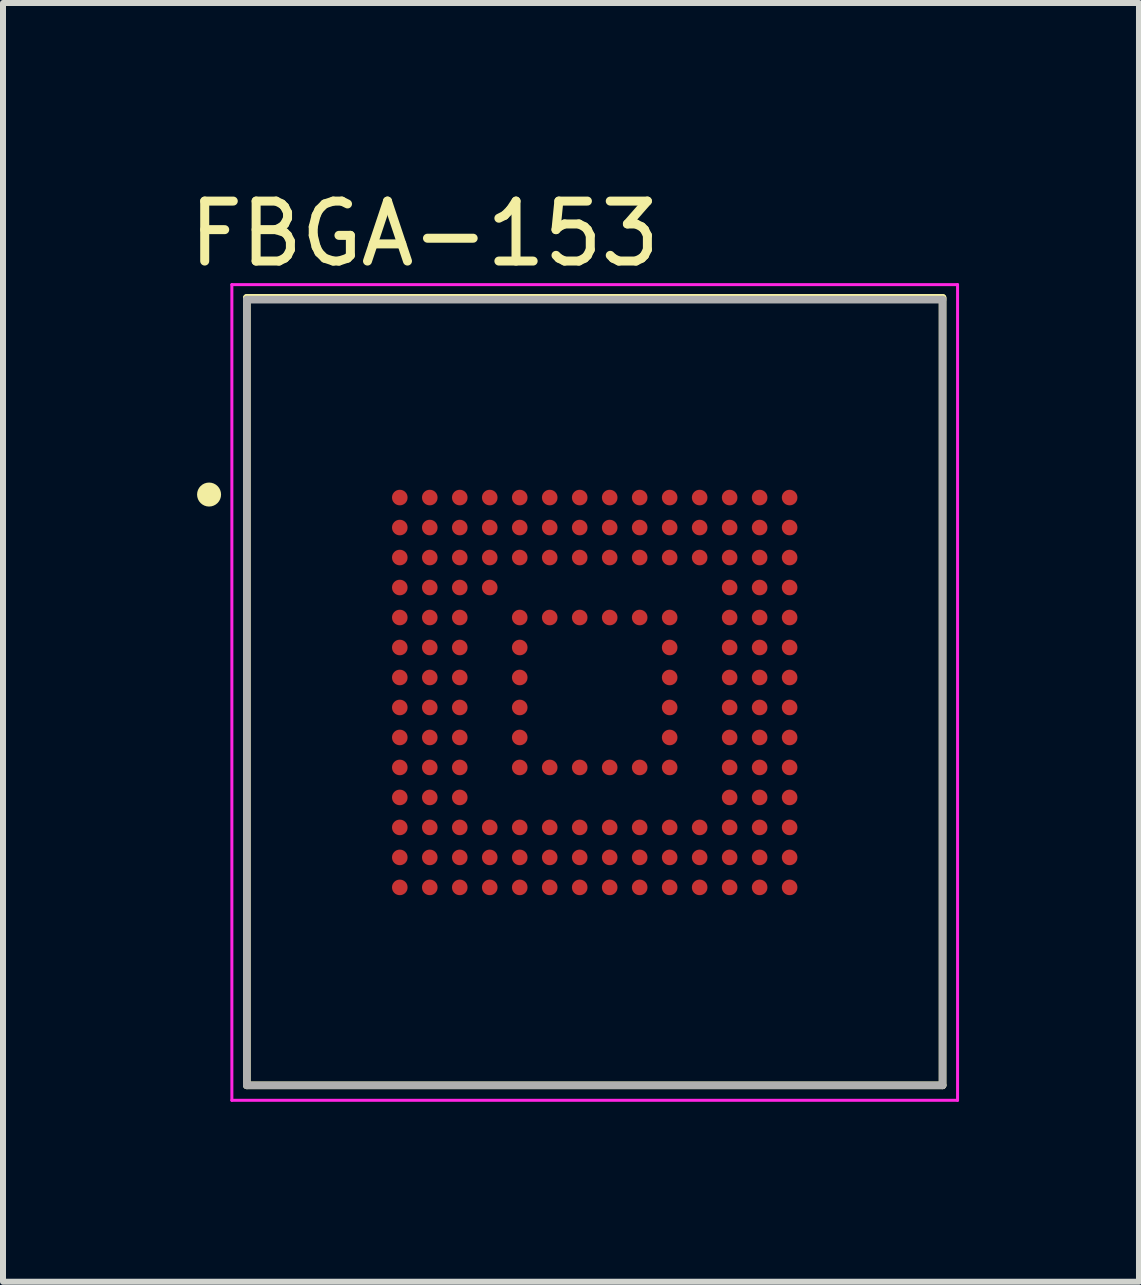
<source format=kicad_pcb>
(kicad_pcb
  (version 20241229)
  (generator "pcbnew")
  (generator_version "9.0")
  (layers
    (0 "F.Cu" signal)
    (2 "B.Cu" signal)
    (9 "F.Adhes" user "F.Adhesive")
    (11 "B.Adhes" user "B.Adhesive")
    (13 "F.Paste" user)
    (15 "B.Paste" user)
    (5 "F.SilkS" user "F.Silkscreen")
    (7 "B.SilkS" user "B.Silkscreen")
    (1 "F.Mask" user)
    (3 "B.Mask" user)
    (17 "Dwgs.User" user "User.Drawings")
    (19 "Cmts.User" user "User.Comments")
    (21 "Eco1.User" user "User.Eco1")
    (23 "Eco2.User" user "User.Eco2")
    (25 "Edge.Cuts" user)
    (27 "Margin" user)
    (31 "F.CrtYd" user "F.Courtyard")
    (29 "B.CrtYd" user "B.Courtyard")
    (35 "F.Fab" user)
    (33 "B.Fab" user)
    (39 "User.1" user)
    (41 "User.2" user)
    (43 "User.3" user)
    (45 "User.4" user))
  (footprint "FBGA-153"
    (layer "F.Cu")
    (at 6.866 8.496)
    (property "Reference" "FBGA-153" (at -2.836 -7.648 0) (layer "F.SilkS") (effects (font (size 1 1) (thickness 0.15))))
    (attr smd)
    (fp_line (start -5.8 6.55) (end -5.8 -6.58) (stroke (width 0.127) (type solid)) (layer "F.SilkS"))
    (fp_line (start 5.8 -6.58) (end -5.8 -6.58) (stroke (width 0.127) (type solid)) (layer "F.SilkS"))
    (fp_line (start 5.8 6.55) (end -5.8 6.55) (stroke (width 0.127) (type solid)) (layer "F.SilkS"))
    (fp_line (start 5.8 6.55) (end 5.8 -6.58) (stroke (width 0.127) (type solid)) (layer "F.SilkS"))
    (fp_circle (center -6.43 -3.3) (end -6.33 -3.3) (stroke (width 0.2) (type solid)) (fill no) (layer "F.SilkS"))
    (fp_line (start -6.05 -6.8) (end 6.05 -6.8) (stroke (width 0.05) (type solid)) (layer "F.CrtYd"))
    (fp_line (start -6.05 6.8) (end -6.05 -6.8) (stroke (width 0.05) (type solid)) (layer "F.CrtYd"))
    (fp_line (start -6.05 6.8) (end 6.05 6.8) (stroke (width 0.05) (type solid)) (layer "F.CrtYd"))
    (fp_line (start 6.05 6.8) (end 6.05 -6.8) (stroke (width 0.05) (type solid)) (layer "F.CrtYd"))
    (fp_line (start -5.8 6.55) (end -5.8 -6.55) (stroke (width 0.127) (type solid)) (layer "F.Fab"))
    (fp_line (start 5.8 -6.55) (end -5.8 -6.55) (stroke (width 0.127) (type solid)) (layer "F.Fab"))
    (fp_line (start 5.8 6.55) (end -5.8 6.55) (stroke (width 0.127) (type solid)) (layer "F.Fab"))
    (fp_line (start 5.8 6.55) (end 5.8 -6.55) (stroke (width 0.127) (type solid)) (layer "F.Fab"))
    (pad "A1" smd circle (at -3.25 -3.25) (size 0.26 0.26) (layers "F.Cu" "F.Mask" "F.Paste"))
    (pad "A2" smd circle (at -2.75 -3.25) (size 0.26 0.26) (layers "F.Cu" "F.Mask" "F.Paste"))
    (pad "A3" smd circle (at -2.25 -3.25) (size 0.26 0.26) (layers "F.Cu" "F.Mask" "F.Paste"))
    (pad "A4" smd circle (at -1.75 -3.25) (size 0.26 0.26) (layers "F.Cu" "F.Mask" "F.Paste"))
    (pad "A5" smd circle (at -1.25 -3.25) (size 0.26 0.26) (layers "F.Cu" "F.Mask" "F.Paste"))
    (pad "A6" smd circle (at -0.75 -3.25) (size 0.26 0.26) (layers "F.Cu" "F.Mask" "F.Paste"))
    (pad "A7" smd circle (at -0.25 -3.25) (size 0.26 0.26) (layers "F.Cu" "F.Mask" "F.Paste"))
    (pad "A8" smd circle (at 0.25 -3.25) (size 0.26 0.26) (layers "F.Cu" "F.Mask" "F.Paste"))
    (pad "A9" smd circle (at 0.75 -3.25) (size 0.26 0.26) (layers "F.Cu" "F.Mask" "F.Paste"))
    (pad "A10" smd circle (at 1.25 -3.25) (size 0.26 0.26) (layers "F.Cu" "F.Mask" "F.Paste"))
    (pad "A11" smd circle (at 1.75 -3.25) (size 0.26 0.26) (layers "F.Cu" "F.Mask" "F.Paste"))
    (pad "A12" smd circle (at 2.25 -3.25) (size 0.26 0.26) (layers "F.Cu" "F.Mask" "F.Paste"))
    (pad "A13" smd circle (at 2.75 -3.25) (size 0.26 0.26) (layers "F.Cu" "F.Mask" "F.Paste"))
    (pad "A14" smd circle (at 3.25 -3.25) (size 0.26 0.26) (layers "F.Cu" "F.Mask" "F.Paste"))
    (pad "B1" smd circle (at -3.25 -2.75) (size 0.26 0.26) (layers "F.Cu" "F.Mask" "F.Paste"))
    (pad "B2" smd circle (at -2.75 -2.75) (size 0.26 0.26) (layers "F.Cu" "F.Mask" "F.Paste"))
    (pad "B3" smd circle (at -2.25 -2.75) (size 0.26 0.26) (layers "F.Cu" "F.Mask" "F.Paste"))
    (pad "B4" smd circle (at -1.75 -2.75) (size 0.26 0.26) (layers "F.Cu" "F.Mask" "F.Paste"))
    (pad "B5" smd circle (at -1.25 -2.75) (size 0.26 0.26) (layers "F.Cu" "F.Mask" "F.Paste"))
    (pad "B6" smd circle (at -0.75 -2.75) (size 0.26 0.26) (layers "F.Cu" "F.Mask" "F.Paste"))
    (pad "B7" smd circle (at -0.25 -2.75) (size 0.26 0.26) (layers "F.Cu" "F.Mask" "F.Paste"))
    (pad "B8" smd circle (at 0.25 -2.75) (size 0.26 0.26) (layers "F.Cu" "F.Mask" "F.Paste"))
    (pad "B9" smd circle (at 0.75 -2.75) (size 0.26 0.26) (layers "F.Cu" "F.Mask" "F.Paste"))
    (pad "B10" smd circle (at 1.25 -2.75) (size 0.26 0.26) (layers "F.Cu" "F.Mask" "F.Paste"))
    (pad "B11" smd circle (at 1.75 -2.75) (size 0.26 0.26) (layers "F.Cu" "F.Mask" "F.Paste"))
    (pad "B12" smd circle (at 2.25 -2.75) (size 0.26 0.26) (layers "F.Cu" "F.Mask" "F.Paste"))
    (pad "B13" smd circle (at 2.75 -2.75) (size 0.26 0.26) (layers "F.Cu" "F.Mask" "F.Paste"))
    (pad "B14" smd circle (at 3.25 -2.75) (size 0.26 0.26) (layers "F.Cu" "F.Mask" "F.Paste"))
    (pad "C1" smd circle (at -3.25 -2.25) (size 0.26 0.26) (layers "F.Cu" "F.Mask" "F.Paste"))
    (pad "C2" smd circle (at -2.75 -2.25) (size 0.26 0.26) (layers "F.Cu" "F.Mask" "F.Paste"))
    (pad "C3" smd circle (at -2.25 -2.25) (size 0.26 0.26) (layers "F.Cu" "F.Mask" "F.Paste"))
    (pad "C4" smd circle (at -1.75 -2.25) (size 0.26 0.26) (layers "F.Cu" "F.Mask" "F.Paste"))
    (pad "C5" smd circle (at -1.25 -2.25) (size 0.26 0.26) (layers "F.Cu" "F.Mask" "F.Paste"))
    (pad "C6" smd circle (at -0.75 -2.25) (size 0.26 0.26) (layers "F.Cu" "F.Mask" "F.Paste"))
    (pad "C7" smd circle (at -0.25 -2.25) (size 0.26 0.26) (layers "F.Cu" "F.Mask" "F.Paste"))
    (pad "C8" smd circle (at 0.25 -2.25) (size 0.26 0.26) (layers "F.Cu" "F.Mask" "F.Paste"))
    (pad "C9" smd circle (at 0.75 -2.25) (size 0.26 0.26) (layers "F.Cu" "F.Mask" "F.Paste"))
    (pad "C10" smd circle (at 1.25 -2.25) (size 0.26 0.26) (layers "F.Cu" "F.Mask" "F.Paste"))
    (pad "C11" smd circle (at 1.75 -2.25) (size 0.26 0.26) (layers "F.Cu" "F.Mask" "F.Paste"))
    (pad "C12" smd circle (at 2.25 -2.25) (size 0.26 0.26) (layers "F.Cu" "F.Mask" "F.Paste"))
    (pad "C13" smd circle (at 2.75 -2.25) (size 0.26 0.26) (layers "F.Cu" "F.Mask" "F.Paste"))
    (pad "C14" smd circle (at 3.25 -2.25) (size 0.26 0.26) (layers "F.Cu" "F.Mask" "F.Paste"))
    (pad "D1" smd circle (at -3.25 -1.75) (size 0.26 0.26) (layers "F.Cu" "F.Mask" "F.Paste"))
    (pad "D2" smd circle (at -2.75 -1.75) (size 0.26 0.26) (layers "F.Cu" "F.Mask" "F.Paste"))
    (pad "D3" smd circle (at -2.25 -1.75) (size 0.26 0.26) (layers "F.Cu" "F.Mask" "F.Paste"))
    (pad "D4" smd circle (at -1.75 -1.75) (size 0.26 0.26) (layers "F.Cu" "F.Mask" "F.Paste"))
    (pad "D12" smd circle (at 2.25 -1.75) (size 0.26 0.26) (layers "F.Cu" "F.Mask" "F.Paste"))
    (pad "D13" smd circle (at 2.75 -1.75) (size 0.26 0.26) (layers "F.Cu" "F.Mask" "F.Paste"))
    (pad "D14" smd circle (at 3.25 -1.75) (size 0.26 0.26) (layers "F.Cu" "F.Mask" "F.Paste"))
    (pad "E1" smd circle (at -3.25 -1.25) (size 0.26 0.26) (layers "F.Cu" "F.Mask" "F.Paste"))
    (pad "E2" smd circle (at -2.75 -1.25) (size 0.26 0.26) (layers "F.Cu" "F.Mask" "F.Paste"))
    (pad "E3" smd circle (at -2.25 -1.25) (size 0.26 0.26) (layers "F.Cu" "F.Mask" "F.Paste"))
    (pad "E5" smd circle (at -1.25 -1.25) (size 0.26 0.26) (layers "F.Cu" "F.Mask" "F.Paste"))
    (pad "E6" smd circle (at -0.75 -1.25) (size 0.26 0.26) (layers "F.Cu" "F.Mask" "F.Paste"))
    (pad "E7" smd circle (at -0.25 -1.25) (size 0.26 0.26) (layers "F.Cu" "F.Mask" "F.Paste"))
    (pad "E8" smd circle (at 0.25 -1.25) (size 0.26 0.26) (layers "F.Cu" "F.Mask" "F.Paste"))
    (pad "E9" smd circle (at 0.75 -1.25) (size 0.26 0.26) (layers "F.Cu" "F.Mask" "F.Paste"))
    (pad "E10" smd circle (at 1.25 -1.25) (size 0.26 0.26) (layers "F.Cu" "F.Mask" "F.Paste"))
    (pad "E12" smd circle (at 2.25 -1.25) (size 0.26 0.26) (layers "F.Cu" "F.Mask" "F.Paste"))
    (pad "E13" smd circle (at 2.75 -1.25) (size 0.26 0.26) (layers "F.Cu" "F.Mask" "F.Paste"))
    (pad "E14" smd circle (at 3.25 -1.25) (size 0.26 0.26) (layers "F.Cu" "F.Mask" "F.Paste"))
    (pad "F1" smd circle (at -3.25 -0.75) (size 0.26 0.26) (layers "F.Cu" "F.Mask" "F.Paste"))
    (pad "F2" smd circle (at -2.75 -0.75) (size 0.26 0.26) (layers "F.Cu" "F.Mask" "F.Paste"))
    (pad "F3" smd circle (at -2.25 -0.75) (size 0.26 0.26) (layers "F.Cu" "F.Mask" "F.Paste"))
    (pad "F5" smd circle (at -1.25 -0.75) (size 0.26 0.26) (layers "F.Cu" "F.Mask" "F.Paste"))
    (pad "F10" smd circle (at 1.25 -0.75) (size 0.26 0.26) (layers "F.Cu" "F.Mask" "F.Paste"))
    (pad "F12" smd circle (at 2.25 -0.75) (size 0.26 0.26) (layers "F.Cu" "F.Mask" "F.Paste"))
    (pad "F13" smd circle (at 2.75 -0.75) (size 0.26 0.26) (layers "F.Cu" "F.Mask" "F.Paste"))
    (pad "F14" smd circle (at 3.25 -0.75) (size 0.26 0.26) (layers "F.Cu" "F.Mask" "F.Paste"))
    (pad "G1" smd circle (at -3.25 -0.25) (size 0.26 0.26) (layers "F.Cu" "F.Mask" "F.Paste"))
    (pad "G2" smd circle (at -2.75 -0.25) (size 0.26 0.26) (layers "F.Cu" "F.Mask" "F.Paste"))
    (pad "G3" smd circle (at -2.25 -0.25) (size 0.26 0.26) (layers "F.Cu" "F.Mask" "F.Paste"))
    (pad "G5" smd circle (at -1.25 -0.25) (size 0.26 0.26) (layers "F.Cu" "F.Mask" "F.Paste"))
    (pad "G10" smd circle (at 1.25 -0.25) (size 0.26 0.26) (layers "F.Cu" "F.Mask" "F.Paste"))
    (pad "G12" smd circle (at 2.25 -0.25) (size 0.26 0.26) (layers "F.Cu" "F.Mask" "F.Paste"))
    (pad "G13" smd circle (at 2.75 -0.25) (size 0.26 0.26) (layers "F.Cu" "F.Mask" "F.Paste"))
    (pad "G14" smd circle (at 3.25 -0.25) (size 0.26 0.26) (layers "F.Cu" "F.Mask" "F.Paste"))
    (pad "H1" smd circle (at -3.25 0.25) (size 0.26 0.26) (layers "F.Cu" "F.Mask" "F.Paste"))
    (pad "H2" smd circle (at -2.75 0.25) (size 0.26 0.26) (layers "F.Cu" "F.Mask" "F.Paste"))
    (pad "H3" smd circle (at -2.25 0.25) (size 0.26 0.26) (layers "F.Cu" "F.Mask" "F.Paste"))
    (pad "H5" smd circle (at -1.25 0.25) (size 0.26 0.26) (layers "F.Cu" "F.Mask" "F.Paste"))
    (pad "H10" smd circle (at 1.25 0.25) (size 0.26 0.26) (layers "F.Cu" "F.Mask" "F.Paste"))
    (pad "H12" smd circle (at 2.25 0.25) (size 0.26 0.26) (layers "F.Cu" "F.Mask" "F.Paste"))
    (pad "H13" smd circle (at 2.75 0.25) (size 0.26 0.26) (layers "F.Cu" "F.Mask" "F.Paste"))
    (pad "H14" smd circle (at 3.25 0.25) (size 0.26 0.26) (layers "F.Cu" "F.Mask" "F.Paste"))
    (pad "J1" smd circle (at -3.25 0.75) (size 0.26 0.26) (layers "F.Cu" "F.Mask" "F.Paste"))
    (pad "J2" smd circle (at -2.75 0.75) (size 0.26 0.26) (layers "F.Cu" "F.Mask" "F.Paste"))
    (pad "J3" smd circle (at -2.25 0.75) (size 0.26 0.26) (layers "F.Cu" "F.Mask" "F.Paste"))
    (pad "J5" smd circle (at -1.25 0.75) (size 0.26 0.26) (layers "F.Cu" "F.Mask" "F.Paste"))
    (pad "J10" smd circle (at 1.25 0.75) (size 0.26 0.26) (layers "F.Cu" "F.Mask" "F.Paste"))
    (pad "J12" smd circle (at 2.25 0.75) (size 0.26 0.26) (layers "F.Cu" "F.Mask" "F.Paste"))
    (pad "J13" smd circle (at 2.75 0.75) (size 0.26 0.26) (layers "F.Cu" "F.Mask" "F.Paste"))
    (pad "J14" smd circle (at 3.25 0.75) (size 0.26 0.26) (layers "F.Cu" "F.Mask" "F.Paste"))
    (pad "K1" smd circle (at -3.25 1.25) (size 0.26 0.26) (layers "F.Cu" "F.Mask" "F.Paste"))
    (pad "K2" smd circle (at -2.75 1.25) (size 0.26 0.26) (layers "F.Cu" "F.Mask" "F.Paste"))
    (pad "K3" smd circle (at -2.25 1.25) (size 0.26 0.26) (layers "F.Cu" "F.Mask" "F.Paste"))
    (pad "K5" smd circle (at -1.25 1.25) (size 0.26 0.26) (layers "F.Cu" "F.Mask" "F.Paste"))
    (pad "K6" smd circle (at -0.75 1.25) (size 0.26 0.26) (layers "F.Cu" "F.Mask" "F.Paste"))
    (pad "K7" smd circle (at -0.25 1.25) (size 0.26 0.26) (layers "F.Cu" "F.Mask" "F.Paste"))
    (pad "K8" smd circle (at 0.25 1.25) (size 0.26 0.26) (layers "F.Cu" "F.Mask" "F.Paste"))
    (pad "K9" smd circle (at 0.75 1.25) (size 0.26 0.26) (layers "F.Cu" "F.Mask" "F.Paste"))
    (pad "K10" smd circle (at 1.25 1.25) (size 0.26 0.26) (layers "F.Cu" "F.Mask" "F.Paste"))
    (pad "K12" smd circle (at 2.25 1.25) (size 0.26 0.26) (layers "F.Cu" "F.Mask" "F.Paste"))
    (pad "K13" smd circle (at 2.75 1.25) (size 0.26 0.26) (layers "F.Cu" "F.Mask" "F.Paste"))
    (pad "K14" smd circle (at 3.25 1.25) (size 0.26 0.26) (layers "F.Cu" "F.Mask" "F.Paste"))
    (pad "L1" smd circle (at -3.25 1.75) (size 0.26 0.26) (layers "F.Cu" "F.Mask" "F.Paste"))
    (pad "L2" smd circle (at -2.75 1.75) (size 0.26 0.26) (layers "F.Cu" "F.Mask" "F.Paste"))
    (pad "L3" smd circle (at -2.25 1.75) (size 0.26 0.26) (layers "F.Cu" "F.Mask" "F.Paste"))
    (pad "L12" smd circle (at 2.25 1.75) (size 0.26 0.26) (layers "F.Cu" "F.Mask" "F.Paste"))
    (pad "L13" smd circle (at 2.75 1.75) (size 0.26 0.26) (layers "F.Cu" "F.Mask" "F.Paste"))
    (pad "L14" smd circle (at 3.25 1.75) (size 0.26 0.26) (layers "F.Cu" "F.Mask" "F.Paste"))
    (pad "M1" smd circle (at -3.25 2.25) (size 0.26 0.26) (layers "F.Cu" "F.Mask" "F.Paste"))
    (pad "M2" smd circle (at -2.75 2.25) (size 0.26 0.26) (layers "F.Cu" "F.Mask" "F.Paste"))
    (pad "M3" smd circle (at -2.25 2.25) (size 0.26 0.26) (layers "F.Cu" "F.Mask" "F.Paste"))
    (pad "M4" smd circle (at -1.75 2.25) (size 0.26 0.26) (layers "F.Cu" "F.Mask" "F.Paste"))
    (pad "M5" smd circle (at -1.25 2.25) (size 0.26 0.26) (layers "F.Cu" "F.Mask" "F.Paste"))
    (pad "M6" smd circle (at -0.75 2.25) (size 0.26 0.26) (layers "F.Cu" "F.Mask" "F.Paste"))
    (pad "M7" smd circle (at -0.25 2.25) (size 0.26 0.26) (layers "F.Cu" "F.Mask" "F.Paste"))
    (pad "M8" smd circle (at 0.25 2.25) (size 0.26 0.26) (layers "F.Cu" "F.Mask" "F.Paste"))
    (pad "M9" smd circle (at 0.75 2.25) (size 0.26 0.26) (layers "F.Cu" "F.Mask" "F.Paste"))
    (pad "M10" smd circle (at 1.25 2.25) (size 0.26 0.26) (layers "F.Cu" "F.Mask" "F.Paste"))
    (pad "M11" smd circle (at 1.75 2.25) (size 0.26 0.26) (layers "F.Cu" "F.Mask" "F.Paste"))
    (pad "M12" smd circle (at 2.25 2.25) (size 0.26 0.26) (layers "F.Cu" "F.Mask" "F.Paste"))
    (pad "M13" smd circle (at 2.75 2.25) (size 0.26 0.26) (layers "F.Cu" "F.Mask" "F.Paste"))
    (pad "M14" smd circle (at 3.25 2.25) (size 0.26 0.26) (layers "F.Cu" "F.Mask" "F.Paste"))
    (pad "N1" smd circle (at -3.25 2.75) (size 0.26 0.26) (layers "F.Cu" "F.Mask" "F.Paste"))
    (pad "N2" smd circle (at -2.75 2.75) (size 0.26 0.26) (layers "F.Cu" "F.Mask" "F.Paste"))
    (pad "N3" smd circle (at -2.25 2.75) (size 0.26 0.26) (layers "F.Cu" "F.Mask" "F.Paste"))
    (pad "N4" smd circle (at -1.75 2.75) (size 0.26 0.26) (layers "F.Cu" "F.Mask" "F.Paste"))
    (pad "N5" smd circle (at -1.25 2.75) (size 0.26 0.26) (layers "F.Cu" "F.Mask" "F.Paste"))
    (pad "N6" smd circle (at -0.75 2.75) (size 0.26 0.26) (layers "F.Cu" "F.Mask" "F.Paste"))
    (pad "N7" smd circle (at -0.25 2.75) (size 0.26 0.26) (layers "F.Cu" "F.Mask" "F.Paste"))
    (pad "N8" smd circle (at 0.25 2.75) (size 0.26 0.26) (layers "F.Cu" "F.Mask" "F.Paste"))
    (pad "N9" smd circle (at 0.75 2.75) (size 0.26 0.26) (layers "F.Cu" "F.Mask" "F.Paste"))
    (pad "N10" smd circle (at 1.25 2.75) (size 0.26 0.26) (layers "F.Cu" "F.Mask" "F.Paste"))
    (pad "N11" smd circle (at 1.75 2.75) (size 0.26 0.26) (layers "F.Cu" "F.Mask" "F.Paste"))
    (pad "N12" smd circle (at 2.25 2.75) (size 0.26 0.26) (layers "F.Cu" "F.Mask" "F.Paste"))
    (pad "N13" smd circle (at 2.75 2.75) (size 0.26 0.26) (layers "F.Cu" "F.Mask" "F.Paste"))
    (pad "N14" smd circle (at 3.25 2.75) (size 0.26 0.26) (layers "F.Cu" "F.Mask" "F.Paste"))
    (pad "P1" smd circle (at -3.25 3.25) (size 0.26 0.26) (layers "F.Cu" "F.Mask" "F.Paste"))
    (pad "P2" smd circle (at -2.75 3.25) (size 0.26 0.26) (layers "F.Cu" "F.Mask" "F.Paste"))
    (pad "P3" smd circle (at -2.25 3.25) (size 0.26 0.26) (layers "F.Cu" "F.Mask" "F.Paste"))
    (pad "P4" smd circle (at -1.75 3.25) (size 0.26 0.26) (layers "F.Cu" "F.Mask" "F.Paste"))
    (pad "P5" smd circle (at -1.25 3.25) (size 0.26 0.26) (layers "F.Cu" "F.Mask" "F.Paste"))
    (pad "P6" smd circle (at -0.75 3.25) (size 0.26 0.26) (layers "F.Cu" "F.Mask" "F.Paste"))
    (pad "P7" smd circle (at -0.25 3.25) (size 0.26 0.26) (layers "F.Cu" "F.Mask" "F.Paste"))
    (pad "P8" smd circle (at 0.25 3.25) (size 0.26 0.26) (layers "F.Cu" "F.Mask" "F.Paste"))
    (pad "P9" smd circle (at 0.75 3.25) (size 0.26 0.26) (layers "F.Cu" "F.Mask" "F.Paste"))
    (pad "P10" smd circle (at 1.25 3.25) (size 0.26 0.26) (layers "F.Cu" "F.Mask" "F.Paste"))
    (pad "P11" smd circle (at 1.75 3.25) (size 0.26 0.26) (layers "F.Cu" "F.Mask" "F.Paste"))
    (pad "P12" smd circle (at 2.25 3.25) (size 0.26 0.26) (layers "F.Cu" "F.Mask" "F.Paste"))
    (pad "P13" smd circle (at 2.75 3.25) (size 0.26 0.26) (layers "F.Cu" "F.Mask" "F.Paste"))
    (pad "P14" smd circle (at 3.25 3.25) (size 0.26 0.26) (layers "F.Cu" "F.Mask" "F.Paste")))
  (gr_rect
    (start -3 -3)
    (end 15.941 18.321)
    (stroke (width 0.1) (type default))
    (fill no)
    (layer "Edge.Cuts")))
</source>
